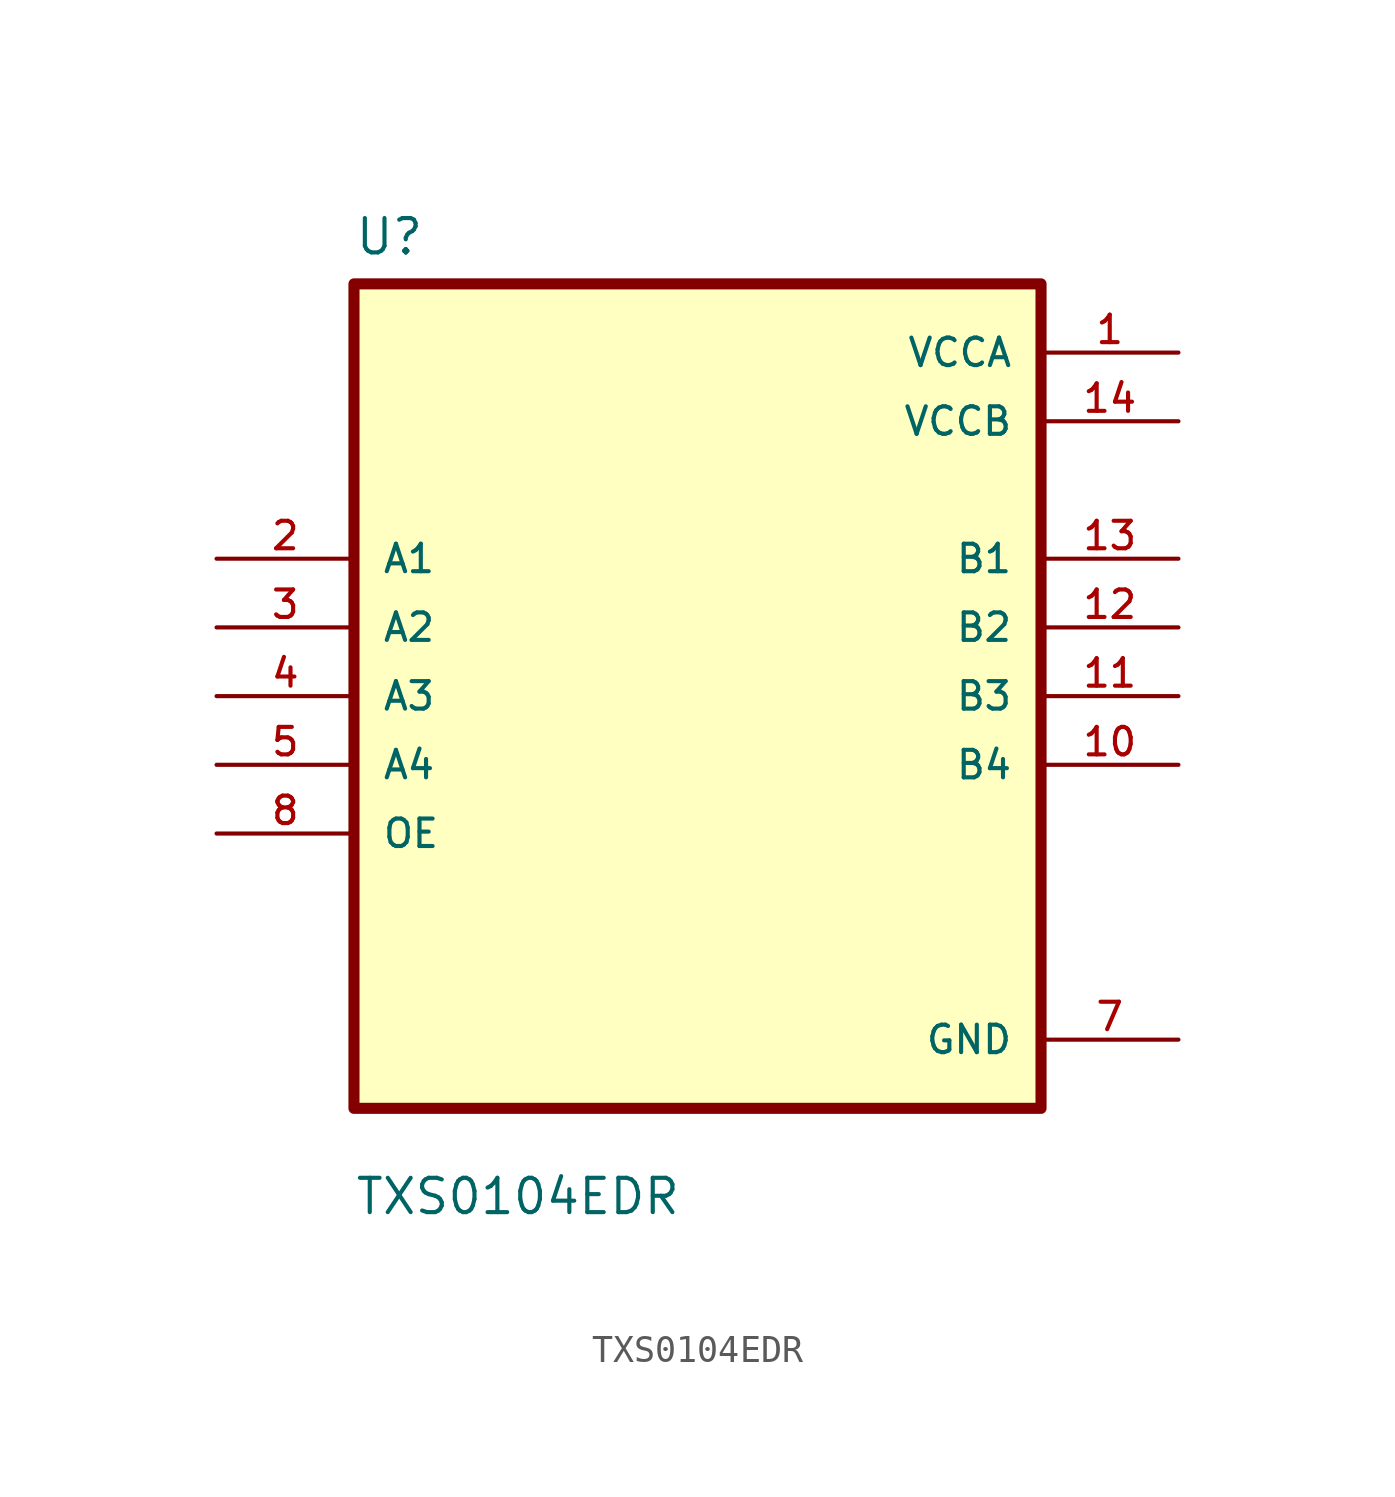
<source format=kicad_sym>
(kicad_symbol_lib
  (version 20211014)
  (generator kicad_symbol_editor)
  (symbol "TXS0104EDR"
    (pin_names
      (offset 1.016))
    (property "Reference" "U"
      (at -12.7 16.24 0.0)
      (effects (font (size 1.27 1.27)) (justify bottom left)))
    (property "Value" "TXS0104EDR"
      (at -12.7 -19.24 0.0)
      (effects (font (size 1.27 1.27)) (justify bottom left)))
    (symbol "TXS0104EDR_0_0"
      (rectangle (start -12.7 -15.24) (end 12.7 15.24) (stroke (width 0.41)) (fill (type background)))
      (pin input line (at -17.78 5.08 0) (length 5.08) (name "A1" (effects (font (size 1.016 1.016)))) (number "2" (effects (font (size 1.016 1.016)))))
      (pin input line (at -17.78 2.54 0) (length 5.08) (name "A2" (effects (font (size 1.016 1.016)))) (number "3" (effects (font (size 1.016 1.016)))))
      (pin input line (at -17.78 0.0 0) (length 5.08) (name "A3" (effects (font (size 1.016 1.016)))) (number "4" (effects (font (size 1.016 1.016)))))
      (pin input line (at -17.78 -2.54 0) (length 5.08) (name "A4" (effects (font (size 1.016 1.016)))) (number "5" (effects (font (size 1.016 1.016)))))
      (pin input line (at -17.78 -5.08 0) (length 5.08) (name "OE" (effects (font (size 1.016 1.016)))) (number "8" (effects (font (size 1.016 1.016)))))
      (pin power_in line (at 17.78 12.7 180.0) (length 5.08) (name "VCCA" (effects (font (size 1.016 1.016)))) (number "1" (effects (font (size 1.016 1.016)))))
      (pin power_in line (at 17.78 10.16 180.0) (length 5.08) (name "VCCB" (effects (font (size 1.016 1.016)))) (number "14" (effects (font (size 1.016 1.016)))))
      (pin output line (at 17.78 5.08 180.0) (length 5.08) (name "B1" (effects (font (size 1.016 1.016)))) (number "13" (effects (font (size 1.016 1.016)))))
      (pin output line (at 17.78 2.54 180.0) (length 5.08) (name "B2" (effects (font (size 1.016 1.016)))) (number "12" (effects (font (size 1.016 1.016)))))
      (pin output line (at 17.78 0.0 180.0) (length 5.08) (name "B3" (effects (font (size 1.016 1.016)))) (number "11" (effects (font (size 1.016 1.016)))))
      (pin output line (at 17.78 -2.54 180.0) (length 5.08) (name "B4" (effects (font (size 1.016 1.016)))) (number "10" (effects (font (size 1.016 1.016)))))
      (pin power_in line (at 17.78 -12.7 180.0) (length 5.08) (name "GND" (effects (font (size 1.016 1.016)))) (number "7" (effects (font (size 1.016 1.016))))))))
</source>
